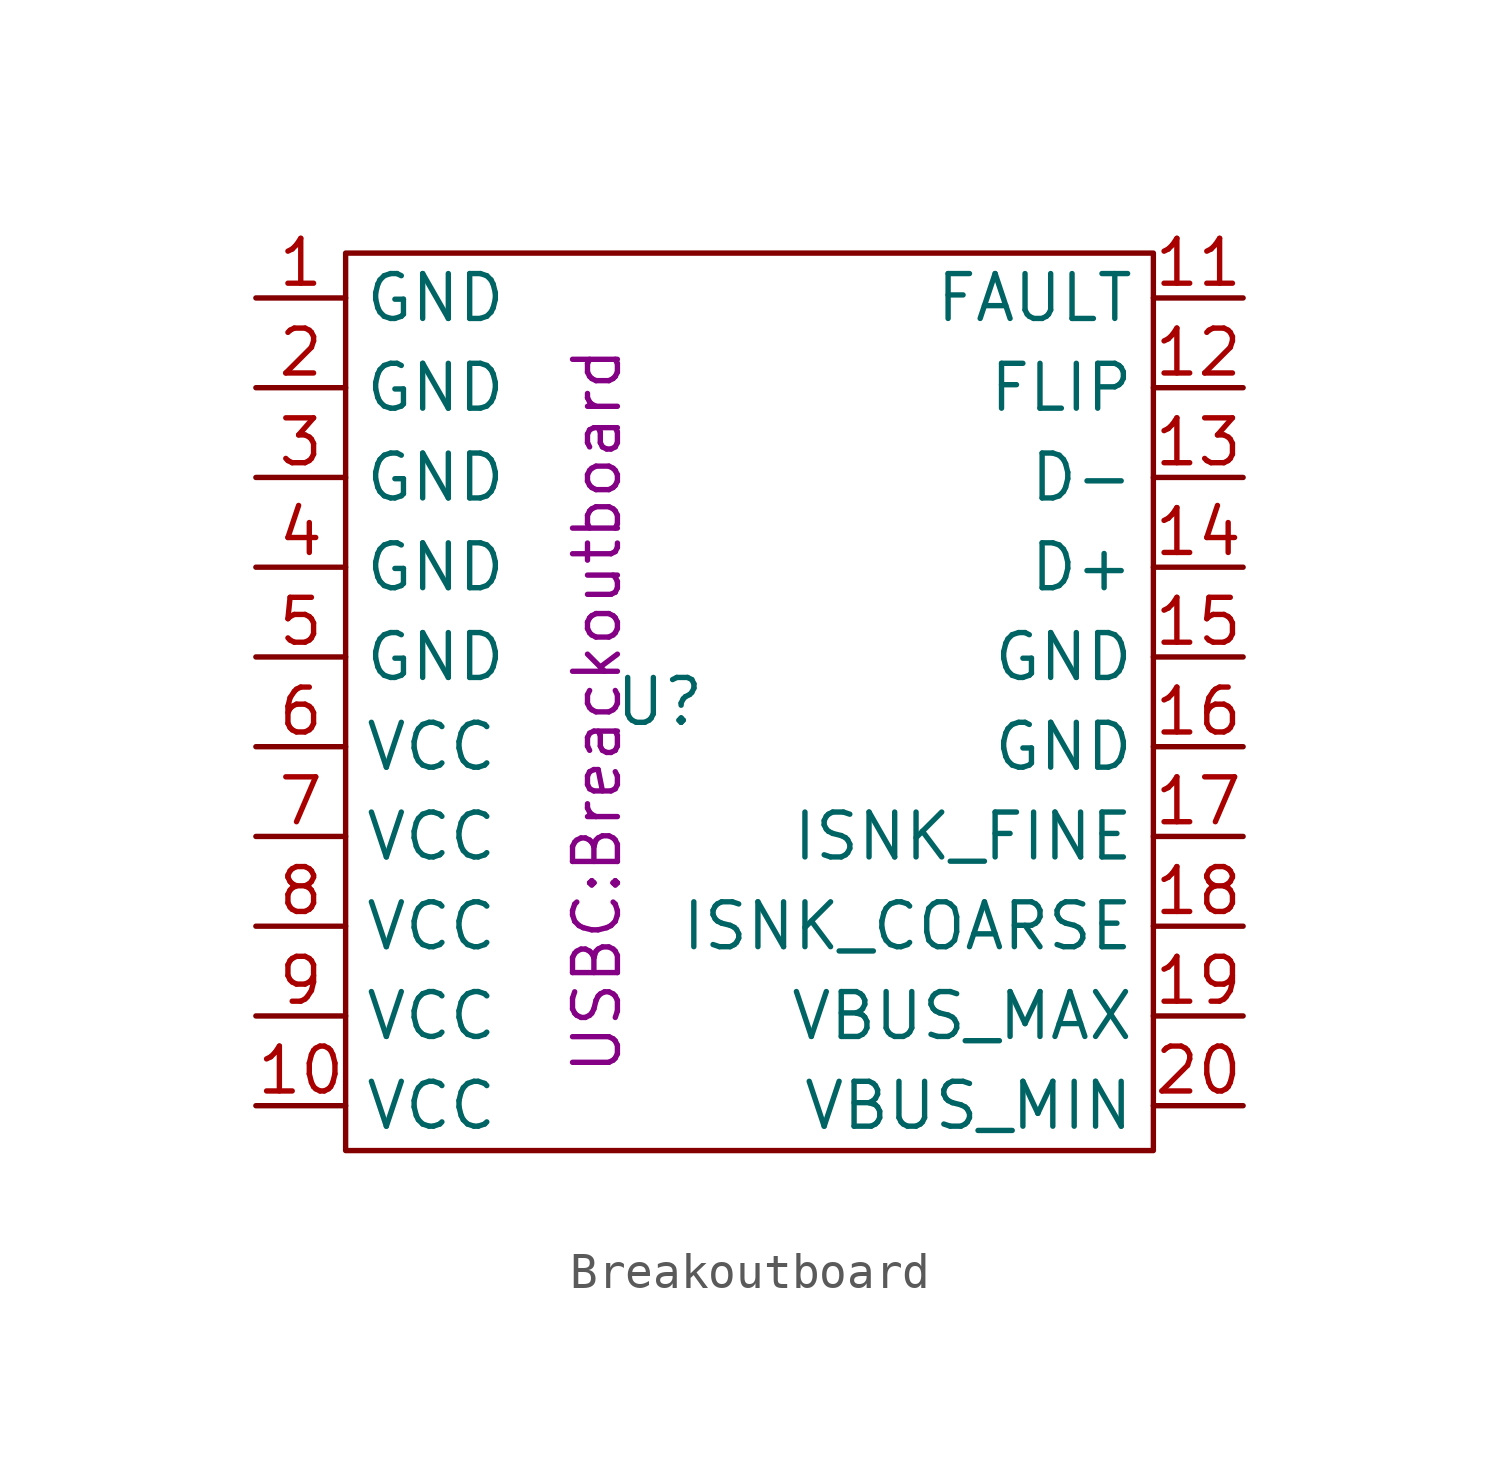
<source format=kicad_sym>
(kicad_symbol_lib
  (version 20231120)
  (generator "kicad_symbol_editor")
  (generator_version "8.0")
  (symbol "Breakoutboard"
    (property "Reference" "U"
      (at 0 0 0)
      (effects (font (size 1.27 1.27))))
    (property "Value" ""
      (at 0 0 0)
      (effects (font (size 1.27 1.27))))
    (property "Footprint" "USBC:Breackoutboard"
      (at -1.778 -0.254 90)
      (effects (font (size 1.27 1.27))))
    (symbol "Breakoutboard_0_1"
      (rectangle (start -8.89 12.7) (end 13.97 -12.7) (stroke (width 0) (type default)) (fill (type none))))
    (symbol "Breakoutboard_1_1"
      (pin input line (at -11.43 11.43 0) (length 2.54) (name "GND" (effects (font (size 1.27 1.27)))) (number "1" (effects (font (size 1.27 1.27)))))
      (pin input line (at -11.43 -11.43 0) (length 2.54) (name "VCC" (effects (font (size 1.27 1.27)))) (number "10" (effects (font (size 1.27 1.27)))))
      (pin input line (at 16.51 11.43 180) (length 2.54) (name "FAULT" (effects (font (size 1.27 1.27)))) (number "11" (effects (font (size 1.27 1.27)))))
      (pin input line (at 16.51 8.89 180) (length 2.54) (name "FLIP" (effects (font (size 1.27 1.27)))) (number "12" (effects (font (size 1.27 1.27)))))
      (pin input line (at 16.51 6.35 180) (length 2.54) (name "D-" (effects (font (size 1.27 1.27)))) (number "13" (effects (font (size 1.27 1.27)))))
      (pin input line (at 16.51 3.81 180) (length 2.54) (name "D+" (effects (font (size 1.27 1.27)))) (number "14" (effects (font (size 1.27 1.27)))))
      (pin input line (at 16.51 1.27 180) (length 2.54) (name "GND" (effects (font (size 1.27 1.27)))) (number "15" (effects (font (size 1.27 1.27)))))
      (pin input line (at 16.51 -1.27 180) (length 2.54) (name "GND" (effects (font (size 1.27 1.27)))) (number "16" (effects (font (size 1.27 1.27)))))
      (pin input line (at 16.51 -3.81 180) (length 2.54) (name "ISNK_FINE" (effects (font (size 1.27 1.27)))) (number "17" (effects (font (size 1.27 1.27)))))
      (pin input line (at 16.51 -6.35 180) (length 2.54) (name "ISNK_COARSE" (effects (font (size 1.27 1.27)))) (number "18" (effects (font (size 1.27 1.27)))))
      (pin input line (at 16.51 -8.89 180) (length 2.54) (name "VBUS_MAX" (effects (font (size 1.27 1.27)))) (number "19" (effects (font (size 1.27 1.27)))))
      (pin input line (at -11.43 8.89 0) (length 2.54) (name "GND" (effects (font (size 1.27 1.27)))) (number "2" (effects (font (size 1.27 1.27)))))
      (pin input line (at 16.51 -11.43 180) (length 2.54) (name "VBUS_MIN" (effects (font (size 1.27 1.27)))) (number "20" (effects (font (size 1.27 1.27)))))
      (pin input line (at -11.43 6.35 0) (length 2.54) (name "GND" (effects (font (size 1.27 1.27)))) (number "3" (effects (font (size 1.27 1.27)))))
      (pin input line (at -11.43 3.81 0) (length 2.54) (name "GND" (effects (font (size 1.27 1.27)))) (number "4" (effects (font (size 1.27 1.27)))))
      (pin input line (at -11.43 1.27 0) (length 2.54) (name "GND" (effects (font (size 1.27 1.27)))) (number "5" (effects (font (size 1.27 1.27)))))
      (pin input line (at -11.43 -1.27 0) (length 2.54) (name "VCC" (effects (font (size 1.27 1.27)))) (number "6" (effects (font (size 1.27 1.27)))))
      (pin input line (at -11.43 -3.81 0) (length 2.54) (name "VCC" (effects (font (size 1.27 1.27)))) (number "7" (effects (font (size 1.27 1.27)))))
      (pin input line (at -11.43 -6.35 0) (length 2.54) (name "VCC" (effects (font (size 1.27 1.27)))) (number "8" (effects (font (size 1.27 1.27)))))
      (pin input line (at -11.43 -8.89 0) (length 2.54) (name "VCC" (effects (font (size 1.27 1.27)))) (number "9" (effects (font (size 1.27 1.27))))))))
</source>
